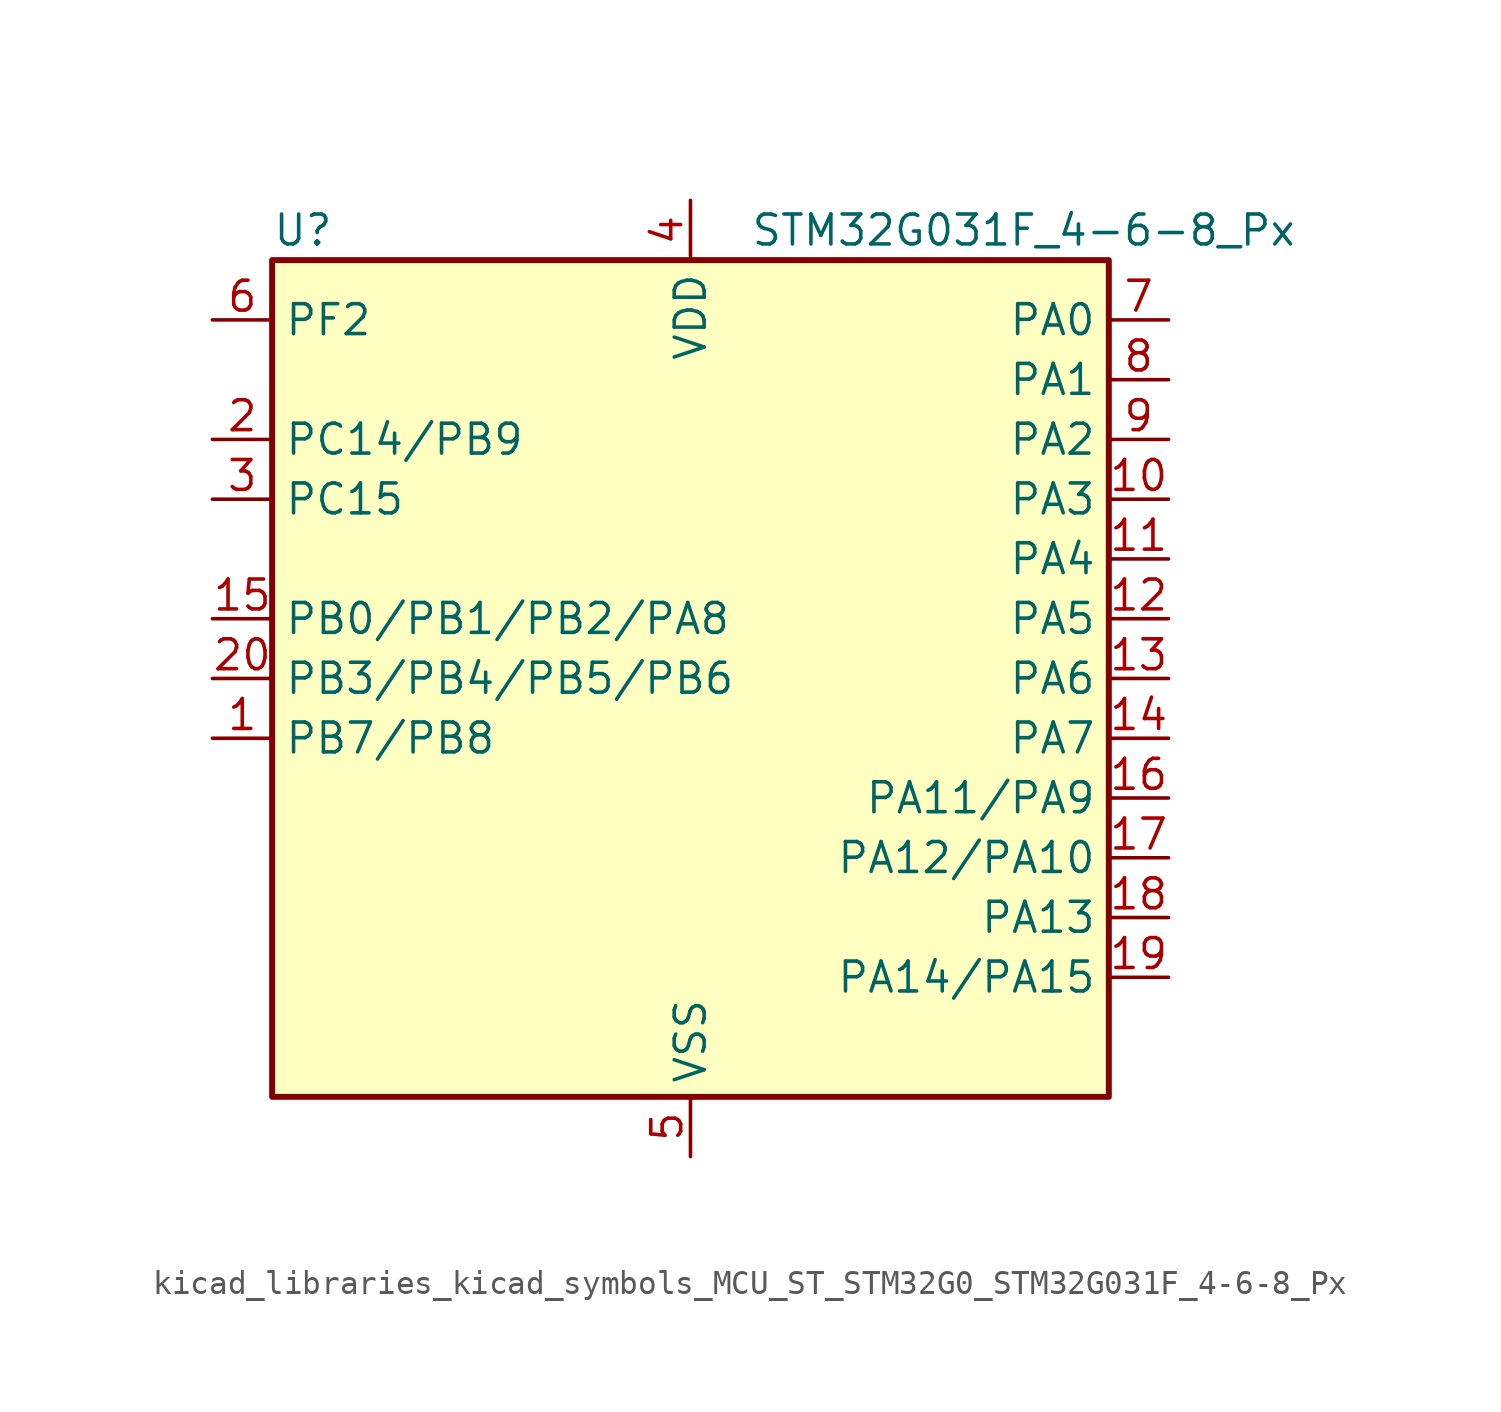
<source format=kicad_sym>
(kicad_symbol_lib
  (version 20220914)
  (generator kicad_symbol_editor)
  (symbol "kicad_libraries_kicad_symbols_MCU_ST_STM32G0_STM32G031F_4-6-8_Px"
    (property "Reference" "U"
      (at -17.78 19.05 0)
      (effects (font (size 1.27 1.27)) (justify left)))
    (property "Value" "STM32G031F_4-6-8_Px"
      (at 2.54 19.05 0)
      (effects (font (size 1.27 1.27)) (justify left)))
    (property "ki_locked" ""
      (at 0 0 0)
      (effects (font (size 1.27 1.27))))
    (symbol "kicad_libraries_kicad_symbols_MCU_ST_STM32G0_STM32G031F_4-6-8_Px_0_1"
      (rectangle (start -17.78 -17.78) (end 17.78 17.78) (stroke (width 0.254) (type default)) (fill (type background))))
    (symbol "kicad_libraries_kicad_symbols_MCU_ST_STM32G0_STM32G031F_4-6-8_Px_1_1"
      (pin bidirectional line (at -20.32 -2.54 0) (length 2.54) (name "PB7/PB8" (effects (font (size 1.27 1.27)))) (number "1" (effects (font (size 1.27 1.27)))) (alternate "ADC1_IN11" bidirectional line) (alternate "I2C1_SDA" bidirectional line) (alternate "LPTIM1_IN2" bidirectional line) (alternate "SPI2_MOSI" bidirectional line) (alternate "SYS_PVD_IN" bidirectional line) (alternate "TIM17_CH1N" bidirectional line) (alternate "USART1_RX" bidirectional line))
      (pin bidirectional line (at 20.32 7.62 180) (length 2.54) (name "PA3" (effects (font (size 1.27 1.27)))) (number "10" (effects (font (size 1.27 1.27)))) (alternate "ADC1_IN3" bidirectional line) (alternate "LPUART1_RX" bidirectional line) (alternate "SPI2_MISO" bidirectional line) (alternate "TIM2_CH4" bidirectional line) (alternate "USART2_RX" bidirectional line))
      (pin bidirectional line (at 20.32 5.08 180) (length 2.54) (name "PA4" (effects (font (size 1.27 1.27)))) (number "11" (effects (font (size 1.27 1.27)))) (alternate "ADC1_IN4" bidirectional line) (alternate "I2S1_WS" bidirectional line) (alternate "LPTIM2_OUT" bidirectional line) (alternate "RTC_OUT_ALARM" bidirectional line) (alternate "RTC_OUT_CALIB" bidirectional line) (alternate "RTC_TAMP_IN1" bidirectional line) (alternate "RTC_TS" bidirectional line) (alternate "SPI1_NSS" bidirectional line) (alternate "SPI2_MOSI" bidirectional line) (alternate "SYS_WKUP2" bidirectional line) (alternate "TIM14_CH1" bidirectional line))
      (pin bidirectional line (at 20.32 2.54 180) (length 2.54) (name "PA5" (effects (font (size 1.27 1.27)))) (number "12" (effects (font (size 1.27 1.27)))) (alternate "ADC1_IN5" bidirectional line) (alternate "I2S1_CK" bidirectional line) (alternate "LPTIM2_ETR" bidirectional line) (alternate "SPI1_SCK" bidirectional line) (alternate "TIM2_CH1" bidirectional line) (alternate "TIM2_ETR" bidirectional line))
      (pin bidirectional line (at 20.32 0 180) (length 2.54) (name "PA6" (effects (font (size 1.27 1.27)))) (number "13" (effects (font (size 1.27 1.27)))) (alternate "ADC1_IN6" bidirectional line) (alternate "I2S1_MCK" bidirectional line) (alternate "LPUART1_CTS" bidirectional line) (alternate "SPI1_MISO" bidirectional line) (alternate "TIM16_CH1" bidirectional line) (alternate "TIM1_BK" bidirectional line) (alternate "TIM3_CH1" bidirectional line))
      (pin bidirectional line (at 20.32 -2.54 180) (length 2.54) (name "PA7" (effects (font (size 1.27 1.27)))) (number "14" (effects (font (size 1.27 1.27)))) (alternate "ADC1_IN7" bidirectional line) (alternate "I2S1_SD" bidirectional line) (alternate "SPI1_MOSI" bidirectional line) (alternate "TIM14_CH1" bidirectional line) (alternate "TIM17_CH1" bidirectional line) (alternate "TIM1_CH1N" bidirectional line) (alternate "TIM3_CH2" bidirectional line))
      (pin bidirectional line (at -20.32 2.54 0) (length 2.54) (name "PB0/PB1/PB2/PA8" (effects (font (size 1.27 1.27)))) (number "15" (effects (font (size 1.27 1.27)))) (alternate "ADC1_IN8" bidirectional line) (alternate "I2S1_WS" bidirectional line) (alternate "LPTIM1_OUT" bidirectional line) (alternate "SPI1_NSS" bidirectional line) (alternate "TIM1_CH2N" bidirectional line) (alternate "TIM3_CH3" bidirectional line))
      (pin bidirectional line (at 20.32 -5.08 180) (length 2.54) (name "PA11/PA9" (effects (font (size 1.27 1.27)))) (number "16" (effects (font (size 1.27 1.27)))) (alternate "ADC1_EXTI11" bidirectional line) (alternate "ADC1_IN15" bidirectional line) (alternate "I2C2_SCL" bidirectional line) (alternate "I2S1_MCK" bidirectional line) (alternate "SPI1_MISO" bidirectional line) (alternate "TIM1_BK2" bidirectional line) (alternate "TIM1_CH4" bidirectional line) (alternate "USART1_CTS" bidirectional line) (alternate "USART1_NSS" bidirectional line))
      (pin bidirectional line (at 20.32 -7.62 180) (length 2.54) (name "PA12/PA10" (effects (font (size 1.27 1.27)))) (number "17" (effects (font (size 1.27 1.27)))) (alternate "ADC1_IN16" bidirectional line) (alternate "I2C2_SDA" bidirectional line) (alternate "I2S1_SD" bidirectional line) (alternate "I2S_CKIN" bidirectional line) (alternate "SPI1_MOSI" bidirectional line) (alternate "TIM1_ETR" bidirectional line) (alternate "USART1_CK" bidirectional line) (alternate "USART1_DE" bidirectional line) (alternate "USART1_RTS" bidirectional line))
      (pin bidirectional line (at 20.32 -10.16 180) (length 2.54) (name "PA13" (effects (font (size 1.27 1.27)))) (number "18" (effects (font (size 1.27 1.27)))) (alternate "ADC1_IN17" bidirectional line) (alternate "IR_OUT" bidirectional line) (alternate "SYS_SWDIO" bidirectional line))
      (pin bidirectional line (at 20.32 -12.7 180) (length 2.54) (name "PA14/PA15" (effects (font (size 1.27 1.27)))) (number "19" (effects (font (size 1.27 1.27)))) (alternate "ADC1_IN18" bidirectional line) (alternate "SYS_SWCLK" bidirectional line) (alternate "USART2_TX" bidirectional line))
      (pin bidirectional line (at -20.32 10.16 0) (length 2.54) (name "PC14/PB9" (effects (font (size 1.27 1.27)))) (number "2" (effects (font (size 1.27 1.27)))) (alternate "RCC_OSC32_IN" bidirectional line) (alternate "RCC_OSC_IN" bidirectional line) (alternate "TIM1_BK2" bidirectional line))
      (pin bidirectional line (at -20.32 0 0) (length 2.54) (name "PB3/PB4/PB5/PB6" (effects (font (size 1.27 1.27)))) (number "20" (effects (font (size 1.27 1.27)))) (alternate "I2S1_CK" bidirectional line) (alternate "SPI1_SCK" bidirectional line) (alternate "TIM1_CH2" bidirectional line) (alternate "TIM2_CH2" bidirectional line) (alternate "USART1_CK" bidirectional line) (alternate "USART1_DE" bidirectional line) (alternate "USART1_RTS" bidirectional line))
      (pin bidirectional line (at -20.32 7.62 0) (length 2.54) (name "PC15" (effects (font (size 1.27 1.27)))) (number "3" (effects (font (size 1.27 1.27)))) (alternate "RCC_OSC32_EN" bidirectional line) (alternate "RCC_OSC32_OUT" bidirectional line) (alternate "RCC_OSC_EN" bidirectional line))
      (pin power_in line (at 0 20.32 270) (length 2.54) (name "VDD" (effects (font (size 1.27 1.27)))) (number "4" (effects (font (size 1.27 1.27)))))
      (pin power_in line (at 0 -20.32 90) (length 2.54) (name "VSS" (effects (font (size 1.27 1.27)))) (number "5" (effects (font (size 1.27 1.27)))))
      (pin bidirectional line (at -20.32 15.24 0) (length 2.54) (name "PF2" (effects (font (size 1.27 1.27)))) (number "6" (effects (font (size 1.27 1.27)))) (alternate "RCC_MCO" bidirectional line))
      (pin bidirectional line (at 20.32 15.24 180) (length 2.54) (name "PA0" (effects (font (size 1.27 1.27)))) (number "7" (effects (font (size 1.27 1.27)))) (alternate "ADC1_IN0" bidirectional line) (alternate "LPTIM1_OUT" bidirectional line) (alternate "RTC_TAMP_IN2" bidirectional line) (alternate "SPI2_SCK" bidirectional line) (alternate "SYS_WKUP1" bidirectional line) (alternate "TIM2_CH1" bidirectional line) (alternate "TIM2_ETR" bidirectional line) (alternate "USART2_CTS" bidirectional line) (alternate "USART2_NSS" bidirectional line))
      (pin bidirectional line (at 20.32 12.7 180) (length 2.54) (name "PA1" (effects (font (size 1.27 1.27)))) (number "8" (effects (font (size 1.27 1.27)))) (alternate "ADC1_IN1" bidirectional line) (alternate "I2C1_SMBA" bidirectional line) (alternate "I2S1_CK" bidirectional line) (alternate "SPI1_SCK" bidirectional line) (alternate "TIM2_CH2" bidirectional line) (alternate "USART2_CK" bidirectional line) (alternate "USART2_DE" bidirectional line) (alternate "USART2_RTS" bidirectional line))
      (pin bidirectional line (at 20.32 10.16 180) (length 2.54) (name "PA2" (effects (font (size 1.27 1.27)))) (number "9" (effects (font (size 1.27 1.27)))) (alternate "ADC1_IN2" bidirectional line) (alternate "I2S1_SD" bidirectional line) (alternate "LPUART1_TX" bidirectional line) (alternate "RCC_LSCO" bidirectional line) (alternate "SPI1_MOSI" bidirectional line) (alternate "SYS_WKUP4" bidirectional line) (alternate "TIM2_CH3" bidirectional line) (alternate "USART2_TX" bidirectional line)))))
</source>
